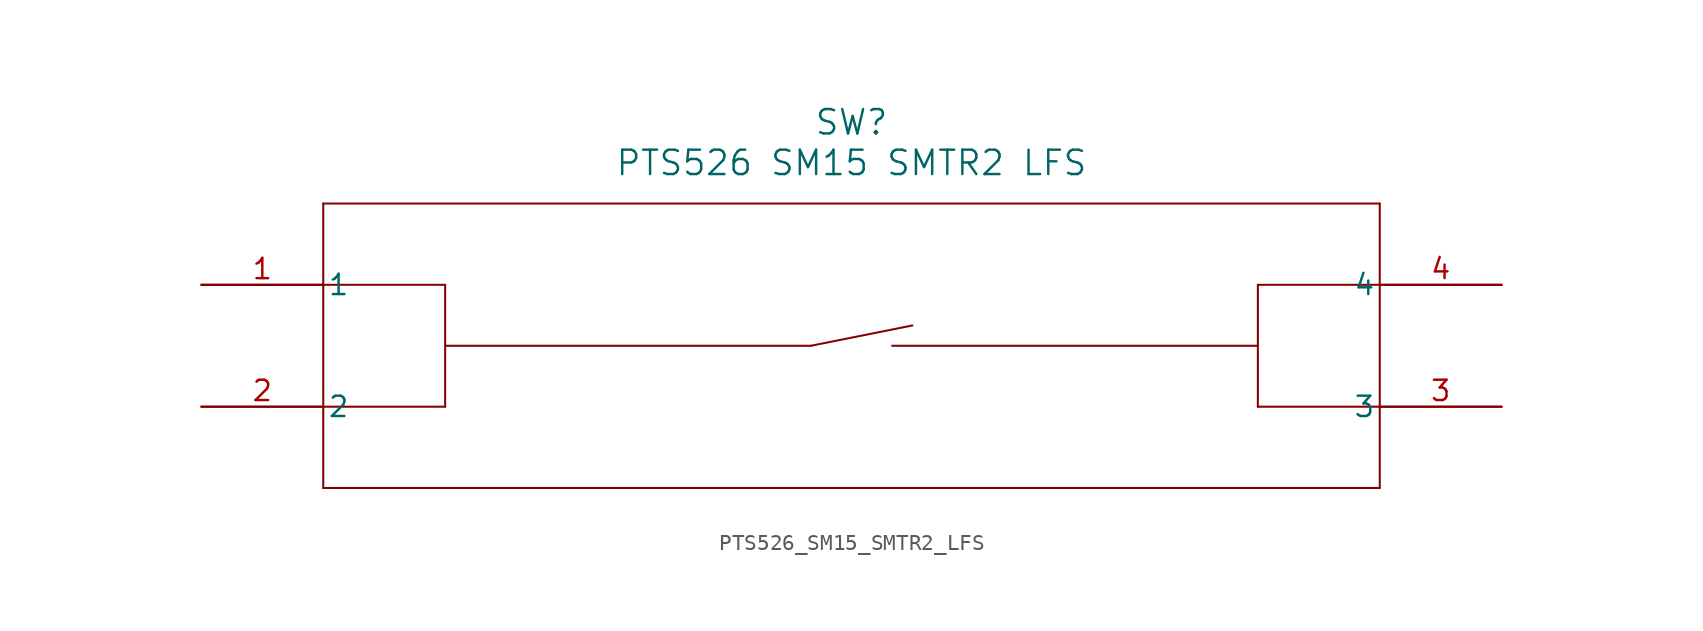
<source format=kicad_sym>
(kicad_symbol_lib
  (version 20211014)
  (generator kicad_symbol_editor)
  (symbol "PTS526_SM15_SMTR2_LFS"
    (pin_names
      (offset 0.254))
    (property "Reference" "SW"
      (at 40.64 10.16 0)
      (effects (font (size 1.524 1.524))))
    (property "Value" "PTS526 SM15 SMTR2 LFS"
      (at 40.64 7.62 0)
      (effects (font (size 1.524 1.524))))
    (symbol "PTS526_SM15_SMTR2_LFS_0_1"
      (polyline (pts (xy 7.62 5.08) (xy 7.62 -12.7)) (stroke (width 0.127) (type default) (color 0 0 0 0)) (fill (type none)))
      (polyline (pts (xy 7.62 -12.7) (xy 73.66 -12.7)) (stroke (width 0.127) (type default) (color 0 0 0 0)) (fill (type none)))
      (polyline (pts (xy 73.66 -12.7) (xy 73.66 5.08)) (stroke (width 0.127) (type default) (color 0 0 0 0)) (fill (type none)))
      (polyline (pts (xy 73.66 5.08) (xy 7.62 5.08)) (stroke (width 0.127) (type default) (color 0 0 0 0)) (fill (type none)))
      (polyline (pts (xy 7.62 0) (xy 15.24 0)) (stroke (width 0.127) (type default) (color 0 0 0 0)) (fill (type none)))
      (polyline (pts (xy 7.62 -7.62) (xy 15.24 -7.62)) (stroke (width 0.127) (type default) (color 0 0 0 0)) (fill (type none)))
      (polyline (pts (xy 15.24 0) (xy 15.24 -7.62)) (stroke (width 0.127) (type default) (color 0 0 0 0)) (fill (type none)))
      (polyline (pts (xy 73.66 0) (xy 66.04 0)) (stroke (width 0.127) (type default) (color 0 0 0 0)) (fill (type none)))
      (polyline (pts (xy 66.04 0) (xy 66.04 -7.62)) (stroke (width 0.127) (type default) (color 0 0 0 0)) (fill (type none)))
      (polyline (pts (xy 66.04 -7.62) (xy 73.66 -7.62)) (stroke (width 0.127) (type default) (color 0 0 0 0)) (fill (type none)))
      (polyline (pts (xy 15.24 -3.81) (xy 38.1 -3.81)) (stroke (width 0.127) (type default) (color 0 0 0 0)) (fill (type none)))
      (polyline (pts (xy 66.04 -3.81) (xy 43.18 -3.81)) (stroke (width 0.127) (type default) (color 0 0 0 0)) (fill (type none)))
      (polyline (pts (xy 38.1 -3.81) (xy 44.45 -2.54)) (stroke (width 0.127) (type default) (color 0 0 0 0)) (fill (type none)))
      (pin unspecified line (at 0 0 0) (length 7.62) (name "1" (effects (font (size 1.27 1.27)))) (number "1" (effects (font (size 1.27 1.27)))))
      (pin unspecified line (at 0 -7.62 0) (length 7.62) (name "2" (effects (font (size 1.27 1.27)))) (number "2" (effects (font (size 1.27 1.27)))))
      (pin unspecified line (at 81.28 -7.62 180) (length 7.62) (name "3" (effects (font (size 1.27 1.27)))) (number "3" (effects (font (size 1.27 1.27)))))
      (pin unspecified line (at 81.28 0 180) (length 7.62) (name "4" (effects (font (size 1.27 1.27)))) (number "4" (effects (font (size 1.27 1.27))))))))
</source>
